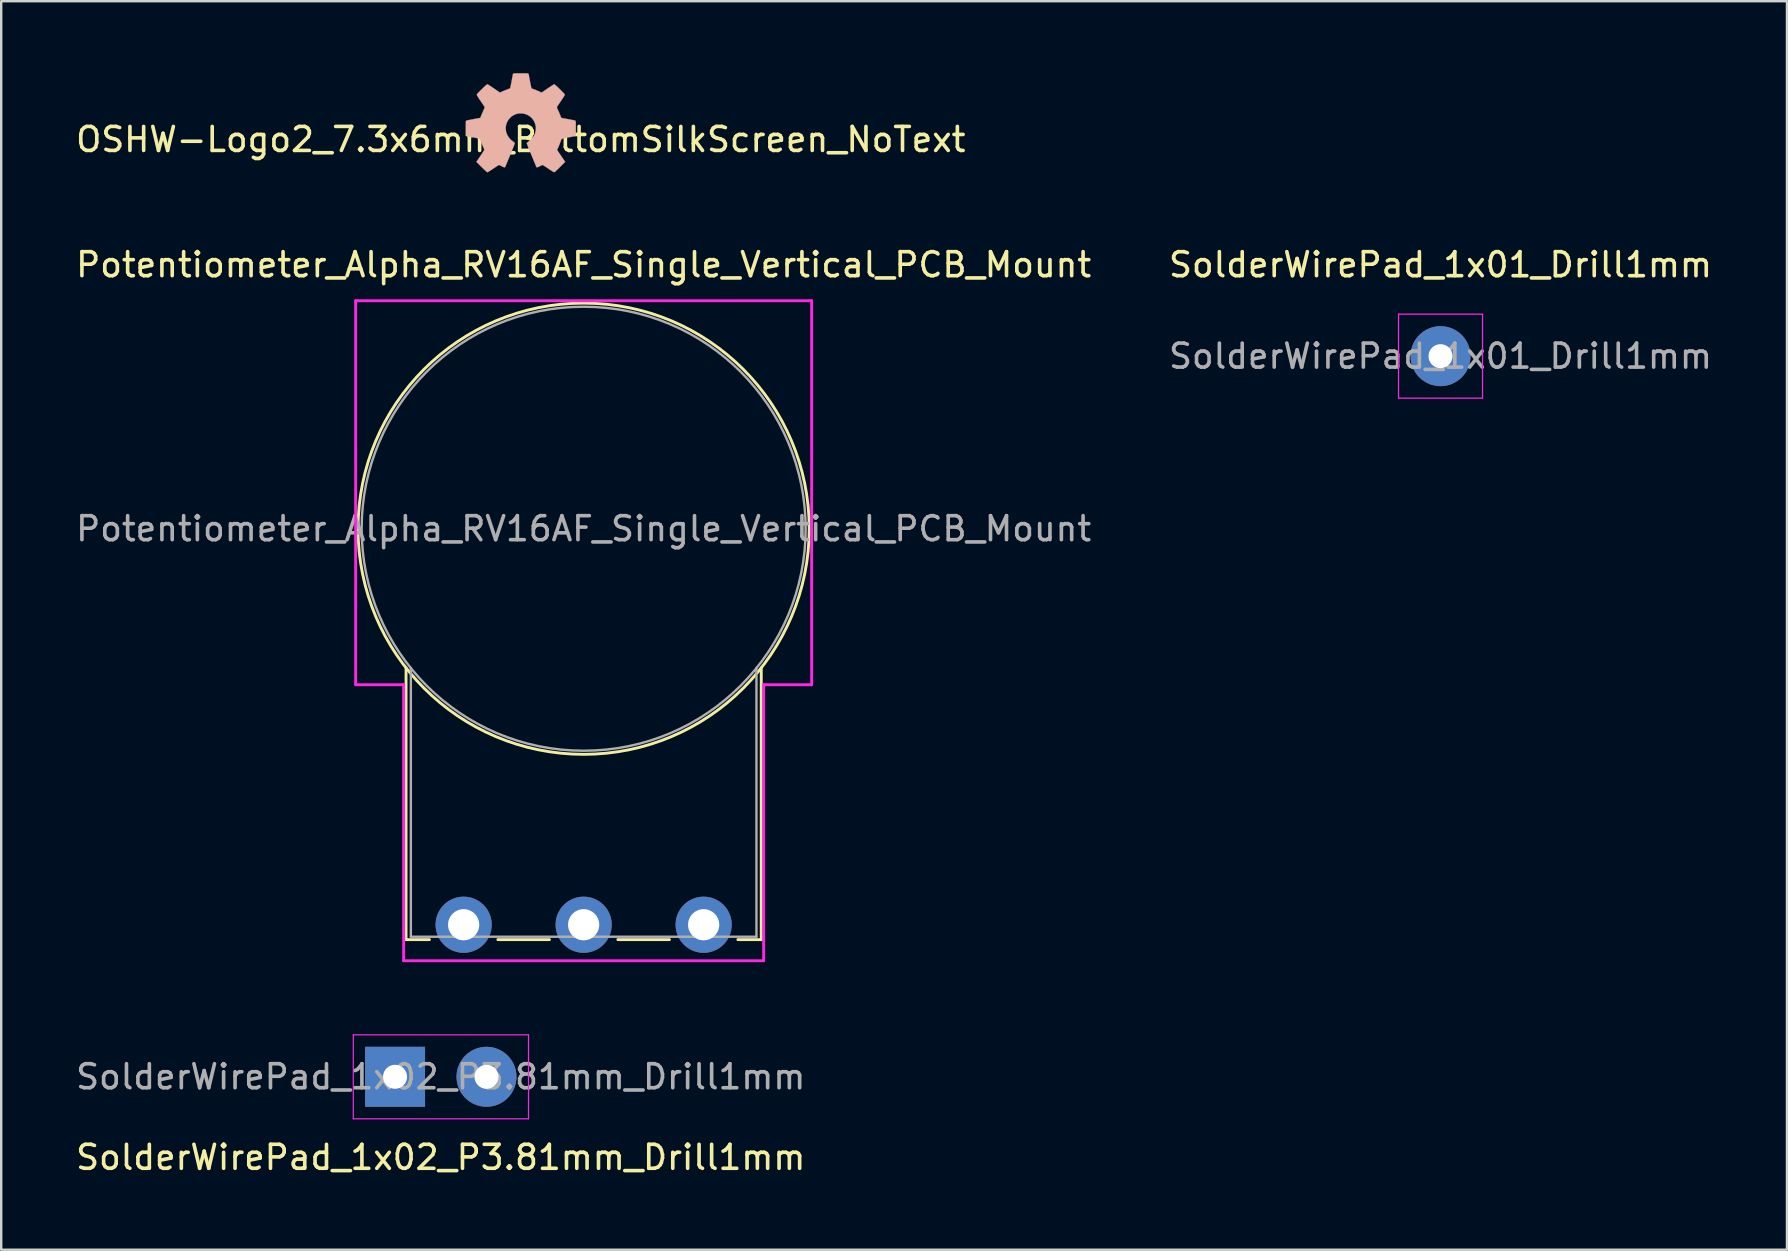
<source format=kicad_pcb>
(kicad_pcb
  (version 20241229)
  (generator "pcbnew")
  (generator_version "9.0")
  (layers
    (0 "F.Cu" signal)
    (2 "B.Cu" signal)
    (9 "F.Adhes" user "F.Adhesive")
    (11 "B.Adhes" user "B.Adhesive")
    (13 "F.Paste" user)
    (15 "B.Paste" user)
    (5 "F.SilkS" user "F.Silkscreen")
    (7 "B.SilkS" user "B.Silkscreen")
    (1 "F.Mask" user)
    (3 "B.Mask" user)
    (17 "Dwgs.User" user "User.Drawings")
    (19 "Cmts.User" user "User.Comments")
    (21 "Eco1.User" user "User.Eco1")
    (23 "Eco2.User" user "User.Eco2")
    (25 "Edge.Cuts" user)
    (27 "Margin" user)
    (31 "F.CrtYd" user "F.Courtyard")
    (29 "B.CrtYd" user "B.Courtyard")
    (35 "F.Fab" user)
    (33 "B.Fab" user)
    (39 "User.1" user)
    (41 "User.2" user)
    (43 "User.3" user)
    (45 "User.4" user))
  (footprint "OSHW-Logo2_7.3x6mm_BottomSilkScreen_NoText"
    (layer "F.Cu")
    (at 18.649 2.763)
    (property "Reference" "OSHW-Logo2_7.3x6mm_BottomSilkScreen_NoText" (at 0 0 0) (layer "F.SilkS") (effects (font (size 1 1) (thickness 0.15))))
    (attr exclude_from_pos_files exclude_from_bom)
    (fp_poly (pts (xy 0.104 -2.758) (xy 0.182 -2.757) (xy 0.239 -2.756) (xy 0.278 -2.754) (xy 0.303 -2.75) (xy 0.316 -2.744) (xy 0.323 -2.737) (xy 0.326 -2.726) (xy 0.327 -2.725) (xy 0.332 -2.701) (xy 0.341 -2.653) (xy 0.353 -2.587) (xy 0.368 -2.508) (xy 0.385 -2.42) (xy 0.385 -2.417) (xy 0.401 -2.331) (xy 0.417 -2.255) (xy 0.43 -2.194) (xy 0.44 -2.152) (xy 0.446 -2.133) (xy 0.447 -2.133) (xy 0.465 -2.124) (xy 0.502 -2.109) (xy 0.551 -2.091) (xy 0.552 -2.091) (xy 0.613 -2.068) (xy 0.686 -2.038) (xy 0.754 -2.008) (xy 0.757 -2.007) (xy 0.869 -1.956) (xy 1.115 -2.125) (xy 1.191 -2.176) (xy 1.26 -2.222) (xy 1.317 -2.26) (xy 1.359 -2.287) (xy 1.383 -2.301) (xy 1.385 -2.302) (xy 1.402 -2.298) (xy 1.434 -2.275) (xy 1.481 -2.235) (xy 1.546 -2.174) (xy 1.612 -2.11) (xy 1.676 -2.046) (xy 1.733 -1.989) (xy 1.78 -1.94) (xy 1.814 -1.904) (xy 1.83 -1.884) (xy 1.831 -1.883) (xy 1.833 -1.869) (xy 1.826 -1.847) (xy 1.809 -1.814) (xy 1.779 -1.765) (xy 1.737 -1.699) (xy 1.679 -1.614) (xy 1.629 -1.54) (xy 1.583 -1.473) (xy 1.546 -1.417) (xy 1.519 -1.378) (xy 1.506 -1.357) (xy 1.505 -1.356) (xy 1.507 -1.336) (xy 1.519 -1.298) (xy 1.54 -1.248) (xy 1.547 -1.232) (xy 1.58 -1.162) (xy 1.614 -1.082) (xy 1.642 -1.012) (xy 1.663 -0.961) (xy 1.679 -0.922) (xy 1.688 -0.901) (xy 1.689 -0.9) (xy 1.706 -0.897) (xy 1.746 -0.89) (xy 1.804 -0.879) (xy 1.875 -0.866) (xy 1.952 -0.852) (xy 2.032 -0.837) (xy 2.107 -0.822) (xy 2.174 -0.809) (xy 2.227 -0.799) (xy 2.26 -0.792) (xy 2.268 -0.79) (xy 2.276 -0.785) (xy 2.283 -0.774) (xy 2.287 -0.754) (xy 2.29 -0.72) (xy 2.292 -0.67) (xy 2.293 -0.599) (xy 2.293 -0.504) (xy 2.293 -0.465) (xy 2.293 -0.147) (xy 2.217 -0.132) (xy 2.175 -0.124) (xy 2.111 -0.112) (xy 2.035 -0.098) (xy 1.953 -0.083) (xy 1.93 -0.079) (xy 1.855 -0.064) (xy 1.789 -0.049) (xy 1.738 -0.037) (xy 1.709 -0.027) (xy 1.704 -0.024) (xy 1.691 -0.003) (xy 1.674 0.038) (xy 1.655 0.09) (xy 1.651 0.102) (xy 1.625 0.172) (xy 1.594 0.25) (xy 1.563 0.321) (xy 1.563 0.322) (xy 1.511 0.433) (xy 1.68 0.681) (xy 1.849 0.93) (xy 1.632 1.147) (xy 1.567 1.212) (xy 1.507 1.269) (xy 1.456 1.315) (xy 1.418 1.348) (xy 1.396 1.363) (xy 1.392 1.364) (xy 1.374 1.356) (xy 1.335 1.335) (xy 1.281 1.301) (xy 1.216 1.259) (xy 1.146 1.212) (xy 1.075 1.164) (xy 1.011 1.122) (xy 0.959 1.089) (xy 0.923 1.067) (xy 0.907 1.06) (xy 0.887 1.066) (xy 0.85 1.083) (xy 0.803 1.107) (xy 0.798 1.11) (xy 0.734 1.142) (xy 0.69 1.158) (xy 0.663 1.158) (xy 0.649 1.143) (xy 0.649 1.143) (xy 0.642 1.126) (xy 0.625 1.085) (xy 0.6 1.024) (xy 0.567 0.945) (xy 0.529 0.852) (xy 0.486 0.748) (xy 0.444 0.648) (xy 0.399 0.537) (xy 0.357 0.434) (xy 0.32 0.342) (xy 0.289 0.265) (xy 0.266 0.206) (xy 0.251 0.167) (xy 0.247 0.153) (xy 0.258 0.136) (xy 0.287 0.11) (xy 0.326 0.081) (xy 0.437 -0.011) (xy 0.523 -0.116) (xy 0.585 -0.233) (xy 0.62 -0.358) (xy 0.628 -0.49) (xy 0.622 -0.552) (xy 0.591 -0.678) (xy 0.538 -0.79) (xy 0.466 -0.886) (xy 0.378 -0.965) (xy 0.278 -1.026) (xy 0.168 -1.067) (xy 0.053 -1.089) (xy -0.065 -1.088) (xy -0.181 -1.066) (xy -0.294 -1.019) (xy -0.4 -0.948) (xy -0.444 -0.908) (xy -0.528 -0.805) (xy -0.587 -0.692) (xy -0.62 -0.573) (xy -0.629 -0.451) (xy -0.613 -0.329) (xy -0.573 -0.211) (xy -0.51 -0.1) (xy -0.423 0.002) (xy -0.326 0.081) (xy -0.286 0.111) (xy -0.257 0.137) (xy -0.247 0.153) (xy -0.252 0.17) (xy -0.267 0.21) (xy -0.291 0.272) (xy -0.323 0.35) (xy -0.36 0.443) (xy -0.403 0.546) (xy -0.444 0.648) (xy -0.49 0.759) (xy -0.533 0.862) (xy -0.571 0.953) (xy -0.603 1.03) (xy -0.627 1.09) (xy -0.643 1.129) (xy -0.649 1.143) (xy -0.663 1.158) (xy -0.69 1.158) (xy -0.734 1.142) (xy -0.797 1.11) (xy -0.798 1.11) (xy -0.845 1.085) (xy -0.884 1.067) (xy -0.906 1.06) (xy -0.907 1.06) (xy -0.923 1.067) (xy -0.96 1.089) (xy -1.012 1.122) (xy -1.075 1.164) (xy -1.146 1.212) (xy -1.218 1.26) (xy -1.283 1.302) (xy -1.336 1.335) (xy -1.374 1.357) (xy -1.392 1.364) (xy -1.409 1.354) (xy -1.443 1.327) (xy -1.49 1.284) (xy -1.547 1.231) (xy -1.612 1.168) (xy -1.633 1.147) (xy -1.85 0.93) (xy -1.684 0.687) (xy -1.634 0.613) (xy -1.59 0.546) (xy -1.555 0.491) (xy -1.53 0.451) (xy -1.519 0.43) (xy -1.519 0.429) (xy -1.525 0.409) (xy -1.54 0.37) (xy -1.562 0.317) (xy -1.578 0.282) (xy -1.607 0.215) (xy -1.635 0.147) (xy -1.656 0.09) (xy -1.662 0.073) (xy -1.679 0.026) (xy -1.695 -0.01) (xy -1.704 -0.024) (xy -1.723 -0.032) (xy -1.766 -0.044) (xy -1.826 -0.058) (xy -1.898 -0.073) (xy -1.93 -0.079) (xy -2.012 -0.094) (xy -2.091 -0.108) (xy -2.159 -0.121) (xy -2.208 -0.13) (xy -2.217 -0.132) (xy -2.293 -0.147) (xy -2.293 -0.465) (xy -2.293 -0.569) (xy -2.292 -0.648) (xy -2.291 -0.705) (xy -2.288 -0.744) (xy -2.284 -0.769) (xy -2.279 -0.782) (xy -2.271 -0.789) (xy -2.268 -0.79) (xy -2.249 -0.794) (xy -2.207 -0.802) (xy -2.148 -0.814) (xy -2.077 -0.828) (xy -1.999 -0.843) (xy -1.92 -0.858) (xy -1.845 -0.872) (xy -1.779 -0.884) (xy -1.727 -0.894) (xy -1.696 -0.899) (xy -1.689 -0.9) (xy -1.683 -0.912) (xy -1.669 -0.946) (xy -1.65 -0.994) (xy -1.642 -1.012) (xy -1.613 -1.085) (xy -1.578 -1.165) (xy -1.547 -1.232) (xy -1.525 -1.284) (xy -1.51 -1.326) (xy -1.504 -1.352) (xy -1.505 -1.356) (xy -1.516 -1.372) (xy -1.54 -1.409) (xy -1.576 -1.461) (xy -1.62 -1.526) (xy -1.67 -1.6) (xy -1.68 -1.614) (xy -1.738 -1.7) (xy -1.78 -1.766) (xy -1.809 -1.814) (xy -1.826 -1.847) (xy -1.833 -1.869) (xy -1.831 -1.883) (xy -1.831 -1.883) (xy -1.816 -1.901) (xy -1.785 -1.935) (xy -1.739 -1.983) (xy -1.683 -2.04) (xy -1.62 -2.103) (xy -1.612 -2.11) (xy -1.533 -2.187) (xy -1.471 -2.244) (xy -1.427 -2.281) (xy -1.398 -2.3) (xy -1.385 -2.302) (xy -1.367 -2.292) (xy -1.328 -2.267) (xy -1.274 -2.231) (xy -1.207 -2.187) (xy -1.133 -2.137) (xy -1.115 -2.125) (xy -0.869 -1.956) (xy -0.757 -2.007) (xy -0.69 -2.036) (xy -0.617 -2.066) (xy -0.554 -2.09) (xy -0.552 -2.091) (xy -0.503 -2.109) (xy -0.465 -2.124) (xy -0.447 -2.133) (xy -0.447 -2.133) (xy -0.441 -2.149) (xy -0.431 -2.19) (xy -0.418 -2.25) (xy -0.403 -2.325) (xy -0.386 -2.41) (xy -0.385 -2.417) (xy -0.369 -2.505) (xy -0.354 -2.585) (xy -0.341 -2.651) (xy -0.332 -2.7) (xy -0.327 -2.725) (xy -0.327 -2.725) (xy -0.323 -2.736) (xy -0.317 -2.744) (xy -0.305 -2.75) (xy -0.281 -2.753) (xy -0.244 -2.756) (xy -0.19 -2.757) (xy -0.114 -2.758) (xy -0.013 -2.758) (xy 0 -2.758) (xy 0.104 -2.758)) (stroke (width 0.01) (type solid)) (fill yes) (layer "B.SilkS")))
  (footprint "Potentiometer_Alpha_RV16AF_Single_Vertical_PCB_Mount"
    (layer "F.Cu")
    (at 21.268 35.48)
    (property "Reference" "Potentiometer_Alpha_RV16AF_Single_Vertical_PCB_Mount" (at 0 -27.5 0) (layer "F.SilkS") (effects (font (size 1 1) (thickness 0.15))))
    (attr through_hole)
    (fp_line (start -7.4 0.62) (end -7.4 -10.7) (stroke (width 0.12) (type solid)) (layer "F.SilkS"))
    (fp_line (start -7.4 0.62) (end -6.426 0.62) (stroke (width 0.12) (type solid)) (layer "F.SilkS"))
    (fp_line (start -3.574 0.62) (end -1.425 0.62) (stroke (width 0.12) (type solid)) (layer "F.SilkS"))
    (fp_line (start 1.425 0.62) (end 3.575 0.62) (stroke (width 0.12) (type solid)) (layer "F.SilkS"))
    (fp_line (start 6.425 0.62) (end 7.4 0.62) (stroke (width 0.12) (type solid)) (layer "F.SilkS"))
    (fp_line (start 7.4 0.62) (end 7.4 -10.7) (stroke (width 0.12) (type solid)) (layer "F.SilkS"))
    (fp_circle (center 0 -16.5) (end 9.4 -16.5) (stroke (width 0.12) (type solid)) (fill no) (layer "F.SilkS"))
    (fp_line (start -9.5 -26) (end 9.5 -26) (stroke (width 0.12) (type solid)) (layer "F.CrtYd"))
    (fp_line (start -9.5 -10) (end -9.5 -26) (stroke (width 0.12) (type solid)) (layer "F.CrtYd"))
    (fp_line (start -7.5 -10) (end -9.5 -10) (stroke (width 0.12) (type solid)) (layer "F.CrtYd"))
    (fp_line (start -7.5 -10) (end -7.5 1.5) (stroke (width 0.12) (type solid)) (layer "F.CrtYd"))
    (fp_line (start -7.5 1.5) (end 7.5 1.5) (stroke (width 0.12) (type solid)) (layer "F.CrtYd"))
    (fp_line (start 7.5 -10) (end 9.5 -10) (stroke (width 0.12) (type solid)) (layer "F.CrtYd"))
    (fp_line (start 7.5 1.5) (end 7.5 -10) (stroke (width 0.12) (type solid)) (layer "F.CrtYd"))
    (fp_line (start 9.5 -10) (end 9.5 -26) (stroke (width 0.12) (type solid)) (layer "F.CrtYd"))
    (fp_line (start -7.2 -10.7) (end -7.2 0.5) (stroke (width 0.1) (type solid)) (layer "F.Fab"))
    (fp_line (start -7.2 0.5) (end 7.2 0.5) (stroke (width 0.1) (type solid)) (layer "F.Fab"))
    (fp_line (start 7.2 0.5) (end 7.2 -10.7) (stroke (width 0.1) (type solid)) (layer "F.Fab"))
    (fp_circle (center 0 -16.5) (end 9.25 -16.5) (stroke (width 0.1) (type solid)) (fill no) (layer "F.Fab"))
    (fp_text user "${REFERENCE}" (at 0 -16.5 180) (layer "F.Fab") (effects (font (size 1 1) (thickness 0.15))))
    (pad "1" thru_hole circle (at -5 0 90) (size 2.34 2.34) (drill 1.3) (layers "*.Cu" "*.Mask"))
    (pad "2" thru_hole circle (at 0 0 90) (size 2.34 2.34) (drill 1.3) (layers "*.Cu" "*.Mask"))
    (pad "3" thru_hole circle (at 5 0 90) (size 2.34 2.34) (drill 1.3) (layers "*.Cu" "*.Mask")))
  (footprint "SolderWirePad_1x02_P3.81mm_Drill1mm"
    (layer "F.Cu")
    (at 13.41 41.815)
    (property "Reference" "SolderWirePad_1x02_P3.81mm_Drill1mm" (at 1.905 3.358 180) (layer "F.SilkS") (effects (font (size 1 1) (thickness 0.15))))
    (attr exclude_from_pos_files exclude_from_bom)
    (fp_line (start -1.74 -1.75) (end -1.74 1.75) (stroke (width 0.05) (type solid)) (layer "F.CrtYd"))
    (fp_line (start -1.74 -1.75) (end 5.56 -1.75) (stroke (width 0.05) (type solid)) (layer "F.CrtYd"))
    (fp_line (start 5.56 1.75) (end -1.74 1.75) (stroke (width 0.05) (type solid)) (layer "F.CrtYd"))
    (fp_line (start 5.56 1.75) (end 5.56 -1.75) (stroke (width 0.05) (type solid)) (layer "F.CrtYd"))
    (fp_text user "${REFERENCE}" (at 1.905 0 180) (layer "F.Fab") (effects (font (size 1 1) (thickness 0.15))))
    (pad "1" thru_hole rect (at 0 0) (size 2.499 2.499) (drill 1.001) (layers "*.Cu" "*.Mask"))
    (pad "2" thru_hole circle (at 3.81 0) (size 2.499 2.499) (drill 1.001) (layers "*.Cu" "*.Mask")))
  (footprint "SolderWirePad_1x01_Drill1mm"
    (layer "F.Cu")
    (at 56.97 11.79)
    (property "Reference" "SolderWirePad_1x01_Drill1mm" (at 0 -3.81 180) (layer "F.SilkS") (effects (font (size 1 1) (thickness 0.15))))
    (attr exclude_from_pos_files exclude_from_bom)
    (fp_line (start -1.75 -1.75) (end -1.75 1.75) (stroke (width 0.05) (type solid)) (layer "F.CrtYd"))
    (fp_line (start -1.75 -1.75) (end 1.75 -1.75) (stroke (width 0.05) (type solid)) (layer "F.CrtYd"))
    (fp_line (start 1.75 1.75) (end -1.75 1.75) (stroke (width 0.05) (type solid)) (layer "F.CrtYd"))
    (fp_line (start 1.75 1.75) (end 1.75 -1.75) (stroke (width 0.05) (type solid)) (layer "F.CrtYd"))
    (fp_text user "${REFERENCE}" (at 0 0 180) (layer "F.Fab") (effects (font (size 1 1) (thickness 0.15))))
    (pad "1" thru_hole circle (at 0 0) (size 2.499 2.499) (drill 1.001) (layers "*.Cu" "*.Mask")))
  (gr_rect
    (start -3 -3)
    (end 71.405 49.022)
    (stroke (width 0.1) (type default))
    (fill no)
    (layer "Edge.Cuts")))
</source>
